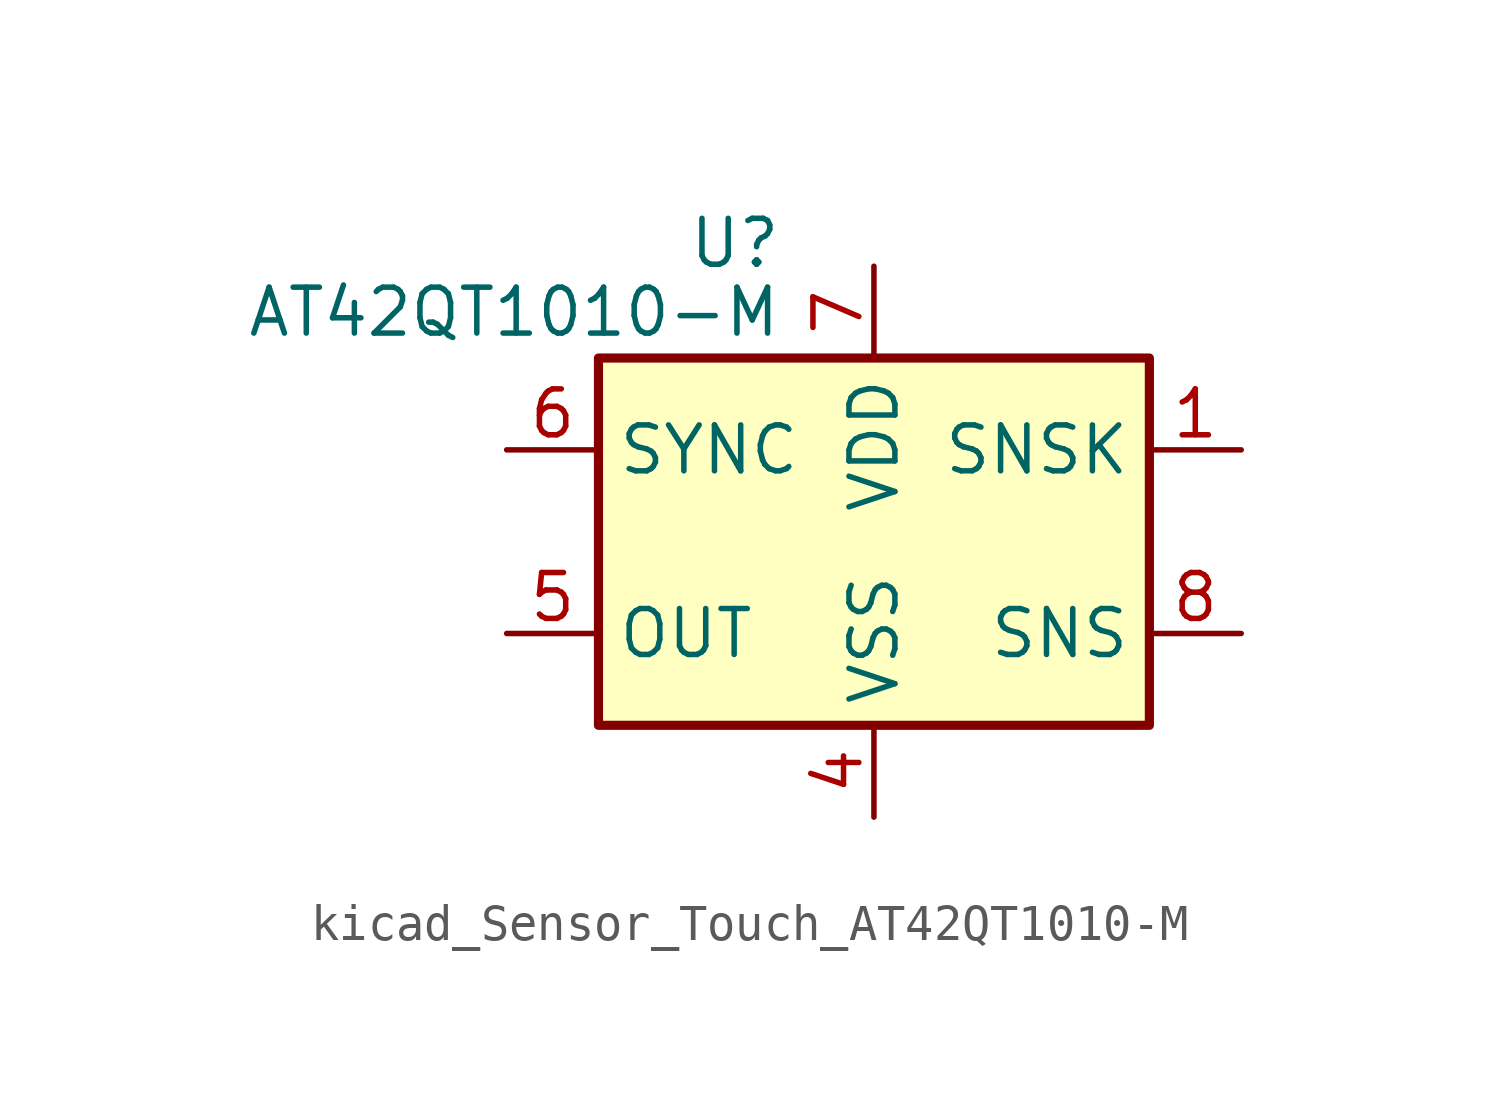
<source format=kicad_sym>
(kicad_symbol_lib
  (version 20220914)
  (generator kicad_symbol_editor)
  (symbol "kicad_Sensor_Touch_AT42QT1010-M"
    (property "Reference" "U"
      (at -2.54 8.255 0)
      (effects (font (size 1.27 1.27)) (justify right)))
    (property "Value" "AT42QT1010-M"
      (at -2.54 6.35 0)
      (effects (font (size 1.27 1.27)) (justify right)))
    (symbol "kicad_Sensor_Touch_AT42QT1010-M_0_1"
      (rectangle (start -7.62 5.08) (end 7.62 -5.08) (stroke (width 0.254) (type default)) (fill (type background))))
    (symbol "kicad_Sensor_Touch_AT42QT1010-M_1_1"
      (pin passive line (at 10.16 2.54 180) (length 2.54) (name "SNSK" (effects (font (size 1.27 1.27)))) (number "1" (effects (font (size 1.27 1.27)))))
      (pin no_connect line (at -7.62 0 0) (length 2.54) hide (name "NC" (effects (font (size 1.27 1.27)))) (number "2" (effects (font (size 1.27 1.27)))))
      (pin no_connect line (at 7.62 0 180) (length 2.54) hide (name "NC" (effects (font (size 1.27 1.27)))) (number "3" (effects (font (size 1.27 1.27)))))
      (pin power_in line (at 0 -7.62 90) (length 2.54) (name "VSS" (effects (font (size 1.27 1.27)))) (number "4" (effects (font (size 1.27 1.27)))))
      (pin output line (at -10.16 -2.54 0) (length 2.54) (name "OUT" (effects (font (size 1.27 1.27)))) (number "5" (effects (font (size 1.27 1.27)))))
      (pin input line (at -10.16 2.54 0) (length 2.54) (name "SYNC" (effects (font (size 1.27 1.27)))) (number "6" (effects (font (size 1.27 1.27)))))
      (pin power_in line (at 0 7.62 270) (length 2.54) (name "VDD" (effects (font (size 1.27 1.27)))) (number "7" (effects (font (size 1.27 1.27)))))
      (pin passive line (at 10.16 -2.54 180) (length 2.54) (name "SNS" (effects (font (size 1.27 1.27)))) (number "8" (effects (font (size 1.27 1.27)))))
      (pin passive line (at 0 -7.62 90) (length 2.54) hide (name "VSS" (effects (font (size 1.27 1.27)))) (number "9" (effects (font (size 1.27 1.27))))))))
</source>
